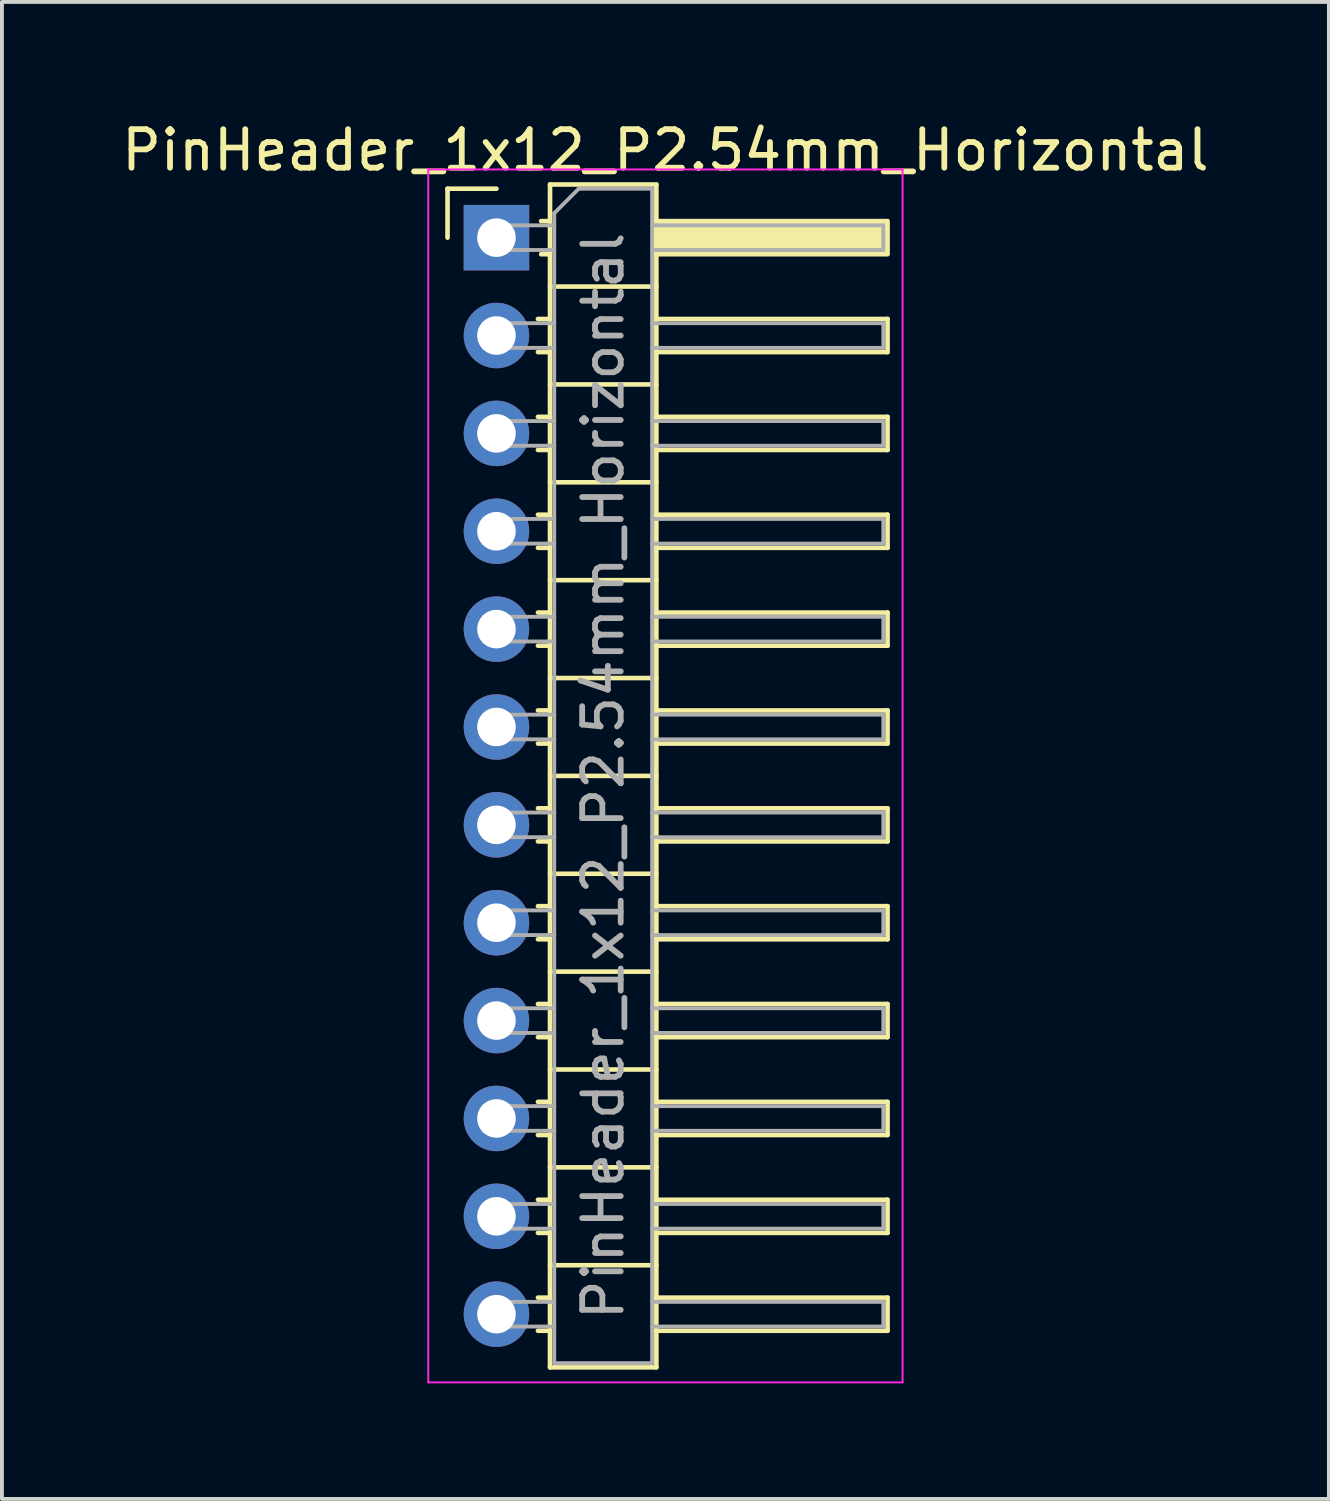
<source format=kicad_pcb>
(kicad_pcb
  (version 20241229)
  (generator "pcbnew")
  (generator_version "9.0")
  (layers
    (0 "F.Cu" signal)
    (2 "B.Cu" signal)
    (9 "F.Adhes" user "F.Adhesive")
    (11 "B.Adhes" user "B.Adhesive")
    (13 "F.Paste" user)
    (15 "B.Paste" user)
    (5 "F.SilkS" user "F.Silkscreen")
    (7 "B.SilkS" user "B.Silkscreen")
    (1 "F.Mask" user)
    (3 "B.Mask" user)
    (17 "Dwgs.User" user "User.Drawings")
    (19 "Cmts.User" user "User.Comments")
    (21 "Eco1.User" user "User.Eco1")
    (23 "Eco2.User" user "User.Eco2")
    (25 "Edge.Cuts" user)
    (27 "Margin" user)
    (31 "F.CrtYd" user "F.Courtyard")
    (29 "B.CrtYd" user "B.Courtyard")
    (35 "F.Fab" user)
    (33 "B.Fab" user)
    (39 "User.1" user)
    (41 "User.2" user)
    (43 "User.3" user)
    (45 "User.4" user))
  (footprint "PinHeader_1x12_P2.54mm_Horizontal"
    (layer "F.Cu")
    (at 9.835 3.118)
    (property "Reference" "PinHeader_1x12_P2.54mm_Horizontal" (at 4.385 -2.27 0) (layer "F.SilkS") (effects (font (size 1 1) (thickness 0.15))))
    (attr through_hole)
    (fp_line (start -1.27 -1.27) (end 0 -1.27) (stroke (width 0.12) (type solid)) (layer "F.SilkS"))
    (fp_line (start -1.27 0) (end -1.27 -1.27) (stroke (width 0.12) (type solid)) (layer "F.SilkS"))
    (fp_line (start 1.077 2.11) (end 1.39 2.11) (stroke (width 0.12) (type solid)) (layer "F.SilkS"))
    (fp_line (start 1.077 2.97) (end 1.39 2.97) (stroke (width 0.12) (type solid)) (layer "F.SilkS"))
    (fp_line (start 1.077 4.65) (end 1.39 4.65) (stroke (width 0.12) (type solid)) (layer "F.SilkS"))
    (fp_line (start 1.077 5.51) (end 1.39 5.51) (stroke (width 0.12) (type solid)) (layer "F.SilkS"))
    (fp_line (start 1.077 7.19) (end 1.39 7.19) (stroke (width 0.12) (type solid)) (layer "F.SilkS"))
    (fp_line (start 1.077 8.05) (end 1.39 8.05) (stroke (width 0.12) (type solid)) (layer "F.SilkS"))
    (fp_line (start 1.077 9.73) (end 1.39 9.73) (stroke (width 0.12) (type solid)) (layer "F.SilkS"))
    (fp_line (start 1.077 10.59) (end 1.39 10.59) (stroke (width 0.12) (type solid)) (layer "F.SilkS"))
    (fp_line (start 1.077 12.27) (end 1.39 12.27) (stroke (width 0.12) (type solid)) (layer "F.SilkS"))
    (fp_line (start 1.077 13.13) (end 1.39 13.13) (stroke (width 0.12) (type solid)) (layer "F.SilkS"))
    (fp_line (start 1.077 14.81) (end 1.39 14.81) (stroke (width 0.12) (type solid)) (layer "F.SilkS"))
    (fp_line (start 1.077 15.67) (end 1.39 15.67) (stroke (width 0.12) (type solid)) (layer "F.SilkS"))
    (fp_line (start 1.077 17.35) (end 1.39 17.35) (stroke (width 0.12) (type solid)) (layer "F.SilkS"))
    (fp_line (start 1.077 18.21) (end 1.39 18.21) (stroke (width 0.12) (type solid)) (layer "F.SilkS"))
    (fp_line (start 1.077 19.89) (end 1.39 19.89) (stroke (width 0.12) (type solid)) (layer "F.SilkS"))
    (fp_line (start 1.077 20.75) (end 1.39 20.75) (stroke (width 0.12) (type solid)) (layer "F.SilkS"))
    (fp_line (start 1.077 22.43) (end 1.39 22.43) (stroke (width 0.12) (type solid)) (layer "F.SilkS"))
    (fp_line (start 1.077 23.29) (end 1.39 23.29) (stroke (width 0.12) (type solid)) (layer "F.SilkS"))
    (fp_line (start 1.077 24.97) (end 1.39 24.97) (stroke (width 0.12) (type solid)) (layer "F.SilkS"))
    (fp_line (start 1.077 25.83) (end 1.39 25.83) (stroke (width 0.12) (type solid)) (layer "F.SilkS"))
    (fp_line (start 1.077 27.51) (end 1.39 27.51) (stroke (width 0.12) (type solid)) (layer "F.SilkS"))
    (fp_line (start 1.077 28.37) (end 1.39 28.37) (stroke (width 0.12) (type solid)) (layer "F.SilkS"))
    (fp_line (start 1.16 -0.43) (end 1.39 -0.43) (stroke (width 0.12) (type solid)) (layer "F.SilkS"))
    (fp_line (start 1.16 0.43) (end 1.39 0.43) (stroke (width 0.12) (type solid)) (layer "F.SilkS"))
    (fp_line (start 1.39 -1.38) (end 1.39 29.32) (stroke (width 0.12) (type solid)) (layer "F.SilkS"))
    (fp_line (start 1.39 1.27) (end 4.15 1.27) (stroke (width 0.12) (type solid)) (layer "F.SilkS"))
    (fp_line (start 1.39 3.81) (end 4.15 3.81) (stroke (width 0.12) (type solid)) (layer "F.SilkS"))
    (fp_line (start 1.39 6.35) (end 4.15 6.35) (stroke (width 0.12) (type solid)) (layer "F.SilkS"))
    (fp_line (start 1.39 8.89) (end 4.15 8.89) (stroke (width 0.12) (type solid)) (layer "F.SilkS"))
    (fp_line (start 1.39 11.43) (end 4.15 11.43) (stroke (width 0.12) (type solid)) (layer "F.SilkS"))
    (fp_line (start 1.39 13.97) (end 4.15 13.97) (stroke (width 0.12) (type solid)) (layer "F.SilkS"))
    (fp_line (start 1.39 16.51) (end 4.15 16.51) (stroke (width 0.12) (type solid)) (layer "F.SilkS"))
    (fp_line (start 1.39 19.05) (end 4.15 19.05) (stroke (width 0.12) (type solid)) (layer "F.SilkS"))
    (fp_line (start 1.39 21.59) (end 4.15 21.59) (stroke (width 0.12) (type solid)) (layer "F.SilkS"))
    (fp_line (start 1.39 24.13) (end 4.15 24.13) (stroke (width 0.12) (type solid)) (layer "F.SilkS"))
    (fp_line (start 1.39 26.67) (end 4.15 26.67) (stroke (width 0.12) (type solid)) (layer "F.SilkS"))
    (fp_line (start 1.39 29.32) (end 4.15 29.32) (stroke (width 0.12) (type solid)) (layer "F.SilkS"))
    (fp_line (start 4.15 -1.38) (end 1.39 -1.38) (stroke (width 0.12) (type solid)) (layer "F.SilkS"))
    (fp_line (start 4.15 2.11) (end 10.15 2.11) (stroke (width 0.12) (type solid)) (layer "F.SilkS"))
    (fp_line (start 4.15 4.65) (end 10.15 4.65) (stroke (width 0.12) (type solid)) (layer "F.SilkS"))
    (fp_line (start 4.15 7.19) (end 10.15 7.19) (stroke (width 0.12) (type solid)) (layer "F.SilkS"))
    (fp_line (start 4.15 9.73) (end 10.15 9.73) (stroke (width 0.12) (type solid)) (layer "F.SilkS"))
    (fp_line (start 4.15 12.27) (end 10.15 12.27) (stroke (width 0.12) (type solid)) (layer "F.SilkS"))
    (fp_line (start 4.15 14.81) (end 10.15 14.81) (stroke (width 0.12) (type solid)) (layer "F.SilkS"))
    (fp_line (start 4.15 17.35) (end 10.15 17.35) (stroke (width 0.12) (type solid)) (layer "F.SilkS"))
    (fp_line (start 4.15 19.89) (end 10.15 19.89) (stroke (width 0.12) (type solid)) (layer "F.SilkS"))
    (fp_line (start 4.15 22.43) (end 10.15 22.43) (stroke (width 0.12) (type solid)) (layer "F.SilkS"))
    (fp_line (start 4.15 24.97) (end 10.15 24.97) (stroke (width 0.12) (type solid)) (layer "F.SilkS"))
    (fp_line (start 4.15 27.51) (end 10.15 27.51) (stroke (width 0.12) (type solid)) (layer "F.SilkS"))
    (fp_line (start 4.15 29.32) (end 4.15 -1.38) (stroke (width 0.12) (type solid)) (layer "F.SilkS"))
    (fp_line (start 10.15 2.11) (end 10.15 2.97) (stroke (width 0.12) (type solid)) (layer "F.SilkS"))
    (fp_line (start 10.15 2.97) (end 4.15 2.97) (stroke (width 0.12) (type solid)) (layer "F.SilkS"))
    (fp_line (start 10.15 4.65) (end 10.15 5.51) (stroke (width 0.12) (type solid)) (layer "F.SilkS"))
    (fp_line (start 10.15 5.51) (end 4.15 5.51) (stroke (width 0.12) (type solid)) (layer "F.SilkS"))
    (fp_line (start 10.15 7.19) (end 10.15 8.05) (stroke (width 0.12) (type solid)) (layer "F.SilkS"))
    (fp_line (start 10.15 8.05) (end 4.15 8.05) (stroke (width 0.12) (type solid)) (layer "F.SilkS"))
    (fp_line (start 10.15 9.73) (end 10.15 10.59) (stroke (width 0.12) (type solid)) (layer "F.SilkS"))
    (fp_line (start 10.15 10.59) (end 4.15 10.59) (stroke (width 0.12) (type solid)) (layer "F.SilkS"))
    (fp_line (start 10.15 12.27) (end 10.15 13.13) (stroke (width 0.12) (type solid)) (layer "F.SilkS"))
    (fp_line (start 10.15 13.13) (end 4.15 13.13) (stroke (width 0.12) (type solid)) (layer "F.SilkS"))
    (fp_line (start 10.15 14.81) (end 10.15 15.67) (stroke (width 0.12) (type solid)) (layer "F.SilkS"))
    (fp_line (start 10.15 15.67) (end 4.15 15.67) (stroke (width 0.12) (type solid)) (layer "F.SilkS"))
    (fp_line (start 10.15 17.35) (end 10.15 18.21) (stroke (width 0.12) (type solid)) (layer "F.SilkS"))
    (fp_line (start 10.15 18.21) (end 4.15 18.21) (stroke (width 0.12) (type solid)) (layer "F.SilkS"))
    (fp_line (start 10.15 19.89) (end 10.15 20.75) (stroke (width 0.12) (type solid)) (layer "F.SilkS"))
    (fp_line (start 10.15 20.75) (end 4.15 20.75) (stroke (width 0.12) (type solid)) (layer "F.SilkS"))
    (fp_line (start 10.15 22.43) (end 10.15 23.29) (stroke (width 0.12) (type solid)) (layer "F.SilkS"))
    (fp_line (start 10.15 23.29) (end 4.15 23.29) (stroke (width 0.12) (type solid)) (layer "F.SilkS"))
    (fp_line (start 10.15 24.97) (end 10.15 25.83) (stroke (width 0.12) (type solid)) (layer "F.SilkS"))
    (fp_line (start 10.15 25.83) (end 4.15 25.83) (stroke (width 0.12) (type solid)) (layer "F.SilkS"))
    (fp_line (start 10.15 27.51) (end 10.15 28.37) (stroke (width 0.12) (type solid)) (layer "F.SilkS"))
    (fp_line (start 10.15 28.37) (end 4.15 28.37) (stroke (width 0.12) (type solid)) (layer "F.SilkS"))
    (fp_rect (start 4.15 -0.43) (end 10.15 0.43) (stroke (width 0.12) (type solid)) (fill yes) (layer "F.SilkS"))
    (fp_line (start -1.77 -1.77) (end -1.77 29.71) (stroke (width 0.05) (type solid)) (layer "F.CrtYd"))
    (fp_line (start -1.77 29.71) (end 10.54 29.71) (stroke (width 0.05) (type solid)) (layer "F.CrtYd"))
    (fp_line (start 10.54 -1.77) (end -1.77 -1.77) (stroke (width 0.05) (type solid)) (layer "F.CrtYd"))
    (fp_line (start 10.54 29.71) (end 10.54 -1.77) (stroke (width 0.05) (type solid)) (layer "F.CrtYd"))
    (fp_line (start -0.32 -0.32) (end -0.32 0.32) (stroke (width 0.1) (type solid)) (layer "F.Fab"))
    (fp_line (start -0.32 -0.32) (end 1.5 -0.32) (stroke (width 0.1) (type solid)) (layer "F.Fab"))
    (fp_line (start -0.32 0.32) (end 1.5 0.32) (stroke (width 0.1) (type solid)) (layer "F.Fab"))
    (fp_line (start -0.32 2.22) (end -0.32 2.86) (stroke (width 0.1) (type solid)) (layer "F.Fab"))
    (fp_line (start -0.32 2.22) (end 1.5 2.22) (stroke (width 0.1) (type solid)) (layer "F.Fab"))
    (fp_line (start -0.32 2.86) (end 1.5 2.86) (stroke (width 0.1) (type solid)) (layer "F.Fab"))
    (fp_line (start -0.32 4.76) (end -0.32 5.4) (stroke (width 0.1) (type solid)) (layer "F.Fab"))
    (fp_line (start -0.32 4.76) (end 1.5 4.76) (stroke (width 0.1) (type solid)) (layer "F.Fab"))
    (fp_line (start -0.32 5.4) (end 1.5 5.4) (stroke (width 0.1) (type solid)) (layer "F.Fab"))
    (fp_line (start -0.32 7.3) (end -0.32 7.94) (stroke (width 0.1) (type solid)) (layer "F.Fab"))
    (fp_line (start -0.32 7.3) (end 1.5 7.3) (stroke (width 0.1) (type solid)) (layer "F.Fab"))
    (fp_line (start -0.32 7.94) (end 1.5 7.94) (stroke (width 0.1) (type solid)) (layer "F.Fab"))
    (fp_line (start -0.32 9.84) (end -0.32 10.48) (stroke (width 0.1) (type solid)) (layer "F.Fab"))
    (fp_line (start -0.32 9.84) (end 1.5 9.84) (stroke (width 0.1) (type solid)) (layer "F.Fab"))
    (fp_line (start -0.32 10.48) (end 1.5 10.48) (stroke (width 0.1) (type solid)) (layer "F.Fab"))
    (fp_line (start -0.32 12.38) (end -0.32 13.02) (stroke (width 0.1) (type solid)) (layer "F.Fab"))
    (fp_line (start -0.32 12.38) (end 1.5 12.38) (stroke (width 0.1) (type solid)) (layer "F.Fab"))
    (fp_line (start -0.32 13.02) (end 1.5 13.02) (stroke (width 0.1) (type solid)) (layer "F.Fab"))
    (fp_line (start -0.32 14.92) (end -0.32 15.56) (stroke (width 0.1) (type solid)) (layer "F.Fab"))
    (fp_line (start -0.32 14.92) (end 1.5 14.92) (stroke (width 0.1) (type solid)) (layer "F.Fab"))
    (fp_line (start -0.32 15.56) (end 1.5 15.56) (stroke (width 0.1) (type solid)) (layer "F.Fab"))
    (fp_line (start -0.32 17.46) (end -0.32 18.1) (stroke (width 0.1) (type solid)) (layer "F.Fab"))
    (fp_line (start -0.32 17.46) (end 1.5 17.46) (stroke (width 0.1) (type solid)) (layer "F.Fab"))
    (fp_line (start -0.32 18.1) (end 1.5 18.1) (stroke (width 0.1) (type solid)) (layer "F.Fab"))
    (fp_line (start -0.32 20) (end -0.32 20.64) (stroke (width 0.1) (type solid)) (layer "F.Fab"))
    (fp_line (start -0.32 20) (end 1.5 20) (stroke (width 0.1) (type solid)) (layer "F.Fab"))
    (fp_line (start -0.32 20.64) (end 1.5 20.64) (stroke (width 0.1) (type solid)) (layer "F.Fab"))
    (fp_line (start -0.32 22.54) (end -0.32 23.18) (stroke (width 0.1) (type solid)) (layer "F.Fab"))
    (fp_line (start -0.32 22.54) (end 1.5 22.54) (stroke (width 0.1) (type solid)) (layer "F.Fab"))
    (fp_line (start -0.32 23.18) (end 1.5 23.18) (stroke (width 0.1) (type solid)) (layer "F.Fab"))
    (fp_line (start -0.32 25.08) (end -0.32 25.72) (stroke (width 0.1) (type solid)) (layer "F.Fab"))
    (fp_line (start -0.32 25.08) (end 1.5 25.08) (stroke (width 0.1) (type solid)) (layer "F.Fab"))
    (fp_line (start -0.32 25.72) (end 1.5 25.72) (stroke (width 0.1) (type solid)) (layer "F.Fab"))
    (fp_line (start -0.32 27.62) (end -0.32 28.26) (stroke (width 0.1) (type solid)) (layer "F.Fab"))
    (fp_line (start -0.32 27.62) (end 1.5 27.62) (stroke (width 0.1) (type solid)) (layer "F.Fab"))
    (fp_line (start -0.32 28.26) (end 1.5 28.26) (stroke (width 0.1) (type solid)) (layer "F.Fab"))
    (fp_line (start 1.5 -0.635) (end 2.135 -1.27) (stroke (width 0.1) (type solid)) (layer "F.Fab"))
    (fp_line (start 1.5 29.21) (end 1.5 -0.635) (stroke (width 0.1) (type solid)) (layer "F.Fab"))
    (fp_line (start 2.135 -1.27) (end 4.04 -1.27) (stroke (width 0.1) (type solid)) (layer "F.Fab"))
    (fp_line (start 4.04 -1.27) (end 4.04 29.21) (stroke (width 0.1) (type solid)) (layer "F.Fab"))
    (fp_line (start 4.04 -0.32) (end 10.04 -0.32) (stroke (width 0.1) (type solid)) (layer "F.Fab"))
    (fp_line (start 4.04 0.32) (end 10.04 0.32) (stroke (width 0.1) (type solid)) (layer "F.Fab"))
    (fp_line (start 4.04 2.22) (end 10.04 2.22) (stroke (width 0.1) (type solid)) (layer "F.Fab"))
    (fp_line (start 4.04 2.86) (end 10.04 2.86) (stroke (width 0.1) (type solid)) (layer "F.Fab"))
    (fp_line (start 4.04 4.76) (end 10.04 4.76) (stroke (width 0.1) (type solid)) (layer "F.Fab"))
    (fp_line (start 4.04 5.4) (end 10.04 5.4) (stroke (width 0.1) (type solid)) (layer "F.Fab"))
    (fp_line (start 4.04 7.3) (end 10.04 7.3) (stroke (width 0.1) (type solid)) (layer "F.Fab"))
    (fp_line (start 4.04 7.94) (end 10.04 7.94) (stroke (width 0.1) (type solid)) (layer "F.Fab"))
    (fp_line (start 4.04 9.84) (end 10.04 9.84) (stroke (width 0.1) (type solid)) (layer "F.Fab"))
    (fp_line (start 4.04 10.48) (end 10.04 10.48) (stroke (width 0.1) (type solid)) (layer "F.Fab"))
    (fp_line (start 4.04 12.38) (end 10.04 12.38) (stroke (width 0.1) (type solid)) (layer "F.Fab"))
    (fp_line (start 4.04 13.02) (end 10.04 13.02) (stroke (width 0.1) (type solid)) (layer "F.Fab"))
    (fp_line (start 4.04 14.92) (end 10.04 14.92) (stroke (width 0.1) (type solid)) (layer "F.Fab"))
    (fp_line (start 4.04 15.56) (end 10.04 15.56) (stroke (width 0.1) (type solid)) (layer "F.Fab"))
    (fp_line (start 4.04 17.46) (end 10.04 17.46) (stroke (width 0.1) (type solid)) (layer "F.Fab"))
    (fp_line (start 4.04 18.1) (end 10.04 18.1) (stroke (width 0.1) (type solid)) (layer "F.Fab"))
    (fp_line (start 4.04 20) (end 10.04 20) (stroke (width 0.1) (type solid)) (layer "F.Fab"))
    (fp_line (start 4.04 20.64) (end 10.04 20.64) (stroke (width 0.1) (type solid)) (layer "F.Fab"))
    (fp_line (start 4.04 22.54) (end 10.04 22.54) (stroke (width 0.1) (type solid)) (layer "F.Fab"))
    (fp_line (start 4.04 23.18) (end 10.04 23.18) (stroke (width 0.1) (type solid)) (layer "F.Fab"))
    (fp_line (start 4.04 25.08) (end 10.04 25.08) (stroke (width 0.1) (type solid)) (layer "F.Fab"))
    (fp_line (start 4.04 25.72) (end 10.04 25.72) (stroke (width 0.1) (type solid)) (layer "F.Fab"))
    (fp_line (start 4.04 27.62) (end 10.04 27.62) (stroke (width 0.1) (type solid)) (layer "F.Fab"))
    (fp_line (start 4.04 28.26) (end 10.04 28.26) (stroke (width 0.1) (type solid)) (layer "F.Fab"))
    (fp_line (start 4.04 29.21) (end 1.5 29.21) (stroke (width 0.1) (type solid)) (layer "F.Fab"))
    (fp_line (start 10.04 -0.32) (end 10.04 0.32) (stroke (width 0.1) (type solid)) (layer "F.Fab"))
    (fp_line (start 10.04 2.22) (end 10.04 2.86) (stroke (width 0.1) (type solid)) (layer "F.Fab"))
    (fp_line (start 10.04 4.76) (end 10.04 5.4) (stroke (width 0.1) (type solid)) (layer "F.Fab"))
    (fp_line (start 10.04 7.3) (end 10.04 7.94) (stroke (width 0.1) (type solid)) (layer "F.Fab"))
    (fp_line (start 10.04 9.84) (end 10.04 10.48) (stroke (width 0.1) (type solid)) (layer "F.Fab"))
    (fp_line (start 10.04 12.38) (end 10.04 13.02) (stroke (width 0.1) (type solid)) (layer "F.Fab"))
    (fp_line (start 10.04 14.92) (end 10.04 15.56) (stroke (width 0.1) (type solid)) (layer "F.Fab"))
    (fp_line (start 10.04 17.46) (end 10.04 18.1) (stroke (width 0.1) (type solid)) (layer "F.Fab"))
    (fp_line (start 10.04 20) (end 10.04 20.64) (stroke (width 0.1) (type solid)) (layer "F.Fab"))
    (fp_line (start 10.04 22.54) (end 10.04 23.18) (stroke (width 0.1) (type solid)) (layer "F.Fab"))
    (fp_line (start 10.04 25.08) (end 10.04 25.72) (stroke (width 0.1) (type solid)) (layer "F.Fab"))
    (fp_line (start 10.04 27.62) (end 10.04 28.26) (stroke (width 0.1) (type solid)) (layer "F.Fab"))
    (fp_text user "${REFERENCE}" (at 2.77 13.97 90) (layer "F.Fab") (effects (font (size 1 1) (thickness 0.15))))
    (pad "1" thru_hole rect (at 0 0) (size 1.7 1.7) (drill 1) (layers "*.Cu" "*.Mask"))
    (pad "2" thru_hole circle (at 0 2.54) (size 1.7 1.7) (drill 1) (layers "*.Cu" "*.Mask"))
    (pad "3" thru_hole circle (at 0 5.08) (size 1.7 1.7) (drill 1) (layers "*.Cu" "*.Mask"))
    (pad "4" thru_hole circle (at 0 7.62) (size 1.7 1.7) (drill 1) (layers "*.Cu" "*.Mask"))
    (pad "5" thru_hole circle (at 0 10.16) (size 1.7 1.7) (drill 1) (layers "*.Cu" "*.Mask"))
    (pad "6" thru_hole circle (at 0 12.7) (size 1.7 1.7) (drill 1) (layers "*.Cu" "*.Mask"))
    (pad "7" thru_hole circle (at 0 15.24) (size 1.7 1.7) (drill 1) (layers "*.Cu" "*.Mask"))
    (pad "8" thru_hole circle (at 0 17.78) (size 1.7 1.7) (drill 1) (layers "*.Cu" "*.Mask"))
    (pad "9" thru_hole circle (at 0 20.32) (size 1.7 1.7) (drill 1) (layers "*.Cu" "*.Mask"))
    (pad "10" thru_hole circle (at 0 22.86) (size 1.7 1.7) (drill 1) (layers "*.Cu" "*.Mask"))
    (pad "11" thru_hole circle (at 0 25.4) (size 1.7 1.7) (drill 1) (layers "*.Cu" "*.Mask"))
    (pad "12" thru_hole circle (at 0 27.94) (size 1.7 1.7) (drill 1) (layers "*.Cu" "*.Mask")))
  (gr_rect
    (start -3 -3)
    (end 31.44 35.853)
    (stroke (width 0.1) (type default))
    (fill no)
    (layer "Edge.Cuts")))
</source>
